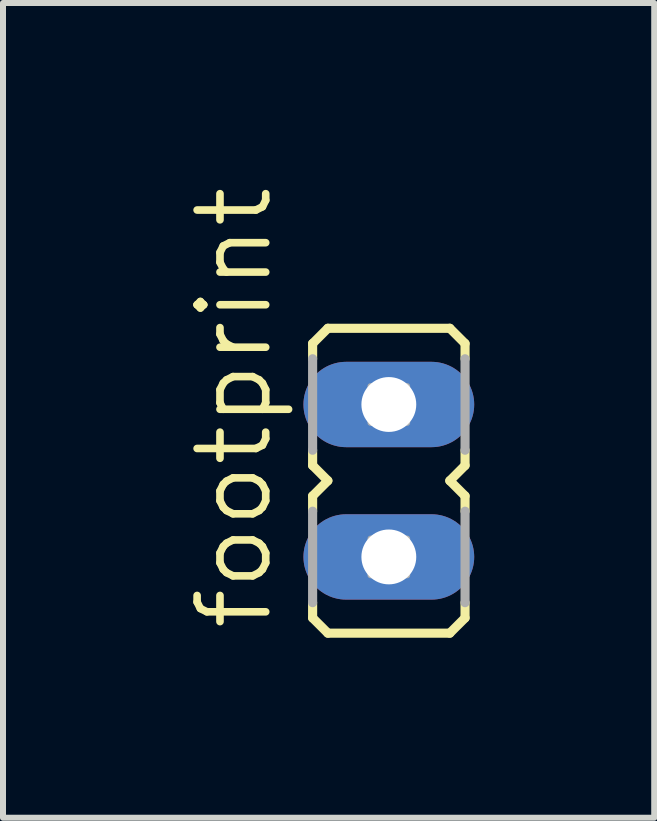
<source format=kicad_pcb>
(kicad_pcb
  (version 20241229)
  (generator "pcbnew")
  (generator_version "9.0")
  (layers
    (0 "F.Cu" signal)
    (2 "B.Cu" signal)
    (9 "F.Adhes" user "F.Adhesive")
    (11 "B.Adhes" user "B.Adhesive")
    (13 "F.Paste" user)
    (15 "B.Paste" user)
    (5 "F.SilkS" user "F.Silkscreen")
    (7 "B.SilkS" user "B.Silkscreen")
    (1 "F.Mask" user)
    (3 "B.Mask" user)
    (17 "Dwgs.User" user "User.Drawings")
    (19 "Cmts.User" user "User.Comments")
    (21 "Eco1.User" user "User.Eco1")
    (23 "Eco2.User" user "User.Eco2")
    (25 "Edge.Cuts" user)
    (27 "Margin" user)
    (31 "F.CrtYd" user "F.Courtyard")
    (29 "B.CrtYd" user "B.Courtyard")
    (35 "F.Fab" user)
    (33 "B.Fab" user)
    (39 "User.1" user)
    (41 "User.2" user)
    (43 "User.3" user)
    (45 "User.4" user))
  (footprint "footprint"
    (layer "F.Cu")
    (at 3.429 4.96)
    (property "Reference" "footprint" (at -1.905 2.54 90) (layer "F.SilkS") (effects (font (size 1.143 1.143) (thickness 0.127)) (justify left bottom)))
    (fp_line (start -1.27 -2.286) (end -1.27 -2.032) (stroke (width 0.152) (type solid)) (layer "F.SilkS"))
    (fp_line (start -1.27 -2.286) (end -1.016 -2.54) (stroke (width 0.152) (type solid)) (layer "F.SilkS"))
    (fp_line (start -1.27 -0.254) (end -1.27 -0.508) (stroke (width 0.152) (type solid)) (layer "F.SilkS"))
    (fp_line (start -1.27 0.254) (end -1.27 0.508) (stroke (width 0.152) (type solid)) (layer "F.SilkS"))
    (fp_line (start -1.27 2.032) (end -1.27 2.286) (stroke (width 0.152) (type solid)) (layer "F.SilkS"))
    (fp_line (start -1.016 0) (end -1.27 -0.254) (stroke (width 0.152) (type solid)) (layer "F.SilkS"))
    (fp_line (start -1.016 0) (end -1.27 0.254) (stroke (width 0.152) (type solid)) (layer "F.SilkS"))
    (fp_line (start -1.016 2.54) (end -1.27 2.286) (stroke (width 0.152) (type solid)) (layer "F.SilkS"))
    (fp_line (start -1.016 2.54) (end 1.016 2.54) (stroke (width 0.152) (type solid)) (layer "F.SilkS"))
    (fp_line (start 1.016 -2.54) (end -1.016 -2.54) (stroke (width 0.152) (type solid)) (layer "F.SilkS"))
    (fp_line (start 1.016 0) (end 1.27 -0.254) (stroke (width 0.152) (type solid)) (layer "F.SilkS"))
    (fp_line (start 1.016 0) (end 1.27 0.254) (stroke (width 0.152) (type solid)) (layer "F.SilkS"))
    (fp_line (start 1.016 2.54) (end 1.27 2.286) (stroke (width 0.152) (type solid)) (layer "F.SilkS"))
    (fp_line (start 1.27 -2.286) (end 1.016 -2.54) (stroke (width 0.152) (type solid)) (layer "F.SilkS"))
    (fp_line (start 1.27 -2.286) (end 1.27 -2.032) (stroke (width 0.152) (type solid)) (layer "F.SilkS"))
    (fp_line (start 1.27 -0.254) (end 1.27 -0.508) (stroke (width 0.152) (type solid)) (layer "F.SilkS"))
    (fp_line (start 1.27 0.254) (end 1.27 0.508) (stroke (width 0.152) (type solid)) (layer "F.SilkS"))
    (fp_line (start 1.27 2.032) (end 1.27 2.286) (stroke (width 0.152) (type solid)) (layer "F.SilkS"))
    (fp_line (start -1.27 -2.032) (end -1.27 -0.508) (stroke (width 0.152) (type solid)) (layer "F.Fab"))
    (fp_line (start -1.27 0.508) (end -1.27 2.032) (stroke (width 0.152) (type solid)) (layer "F.Fab"))
    (fp_line (start 1.27 -2.032) (end 1.27 -0.508) (stroke (width 0.152) (type solid)) (layer "F.Fab"))
    (fp_line (start 1.27 0.508) (end 1.27 2.032) (stroke (width 0.152) (type solid)) (layer "F.Fab"))
    (fp_poly (pts (xy -0.305 -0.965) (xy 0.305 -0.965) (xy 0.305 -1.575) (xy -0.305 -1.575)) (stroke (width 0.1) (type solid)) (fill no) (layer "F.Fab"))
    (fp_poly (pts (xy -0.305 1.575) (xy 0.305 1.575) (xy 0.305 0.965) (xy -0.305 0.965)) (stroke (width 0.1) (type solid)) (fill no) (layer "F.Fab"))
    (pad "1" thru_hole oval (at 0 1.27) (size 2.845 1.422) (drill 0.914) (layers "*.Cu" "*.Mask"))
    (pad "2" thru_hole oval (at 0 -1.27) (size 2.845 1.422) (drill 0.914) (layers "*.Cu" "*.Mask")))
  (gr_rect
    (start -3 -3)
    (end 7.851 10.576)
    (stroke (width 0.1) (type default))
    (fill no)
    (layer "Edge.Cuts")))
</source>
